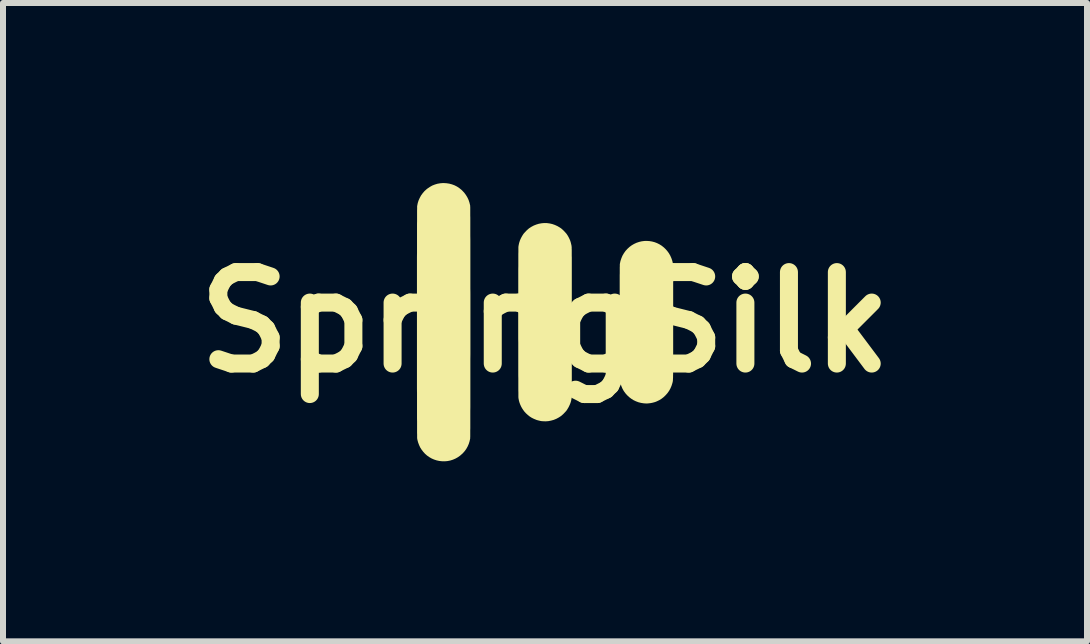
<source format=kicad_pcb>
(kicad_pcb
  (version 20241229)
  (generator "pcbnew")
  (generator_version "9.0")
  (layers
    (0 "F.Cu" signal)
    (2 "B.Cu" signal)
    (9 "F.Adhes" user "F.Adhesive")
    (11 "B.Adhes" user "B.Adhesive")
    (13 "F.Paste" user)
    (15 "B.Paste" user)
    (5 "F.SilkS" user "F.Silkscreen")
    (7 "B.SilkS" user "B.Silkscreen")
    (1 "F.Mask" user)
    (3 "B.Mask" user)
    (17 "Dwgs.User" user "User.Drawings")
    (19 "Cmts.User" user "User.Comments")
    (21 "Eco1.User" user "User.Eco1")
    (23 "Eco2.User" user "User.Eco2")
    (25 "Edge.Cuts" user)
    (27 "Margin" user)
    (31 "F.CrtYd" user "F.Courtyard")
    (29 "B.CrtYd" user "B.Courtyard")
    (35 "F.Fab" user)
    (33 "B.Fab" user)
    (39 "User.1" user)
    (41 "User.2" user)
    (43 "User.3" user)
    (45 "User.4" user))
  (footprint "SpringSilk"
    (layer "F.Cu")
    (at 6.031 2.318)
    (property "Reference" "SpringSilk" (at 0 0 0) (layer "F.SilkS") (effects (font (size 1.524 1.524) (thickness 0.3))))
    (attr board_only exclude_from_pos_files exclude_from_bom)
    (fp_poly (pts (xy -1.641 -2.315) (xy -1.595 -2.308) (xy -1.55 -2.296) (xy -1.507 -2.28) (xy -1.466 -2.259) (xy -1.427 -2.233) (xy -1.39 -2.203) (xy -1.378 -2.191) (xy -1.346 -2.157) (xy -1.318 -2.119) (xy -1.294 -2.079) (xy -1.274 -2.037) (xy -1.259 -1.992) (xy -1.248 -1.946) (xy -1.247 -1.938) (xy -1.247 -1.934) (xy -1.247 -1.925) (xy -1.246 -1.911) (xy -1.246 -1.893) (xy -1.246 -1.871) (xy -1.246 -1.844) (xy -1.246 -1.814) (xy -1.246 -1.779) (xy -1.245 -1.74) (xy -1.245 -1.698) (xy -1.245 -1.652) (xy -1.245 -1.603) (xy -1.245 -1.551) (xy -1.245 -1.496) (xy -1.245 -1.437) (xy -1.244 -1.376) (xy -1.244 -1.313) (xy -1.244 -1.246) (xy -1.244 -1.178) (xy -1.244 -1.107) (xy -1.244 -1.035) (xy -1.244 -0.96) (xy -1.244 -0.884) (xy -1.244 -0.806) (xy -1.244 -0.726) (xy -1.244 -0.646) (xy -1.244 -0.564) (xy -1.243 -0.481) (xy -1.243 -0.398) (xy -1.243 -0.313) (xy -1.243 -0.229) (xy -1.243 -0.143) (xy -1.243 -0.058) (xy -1.243 0.028) (xy -1.243 0.113) (xy -1.243 0.199) (xy -1.243 0.284) (xy -1.243 0.368) (xy -1.243 0.452) (xy -1.243 0.535) (xy -1.244 0.617) (xy -1.244 0.698) (xy -1.244 0.778) (xy -1.244 0.857) (xy -1.244 0.933) (xy -1.244 1.009) (xy -1.244 1.082) (xy -1.244 1.153) (xy -1.244 1.223) (xy -1.244 1.29) (xy -1.244 1.354) (xy -1.244 1.416) (xy -1.245 1.476) (xy -1.245 1.532) (xy -1.245 1.585) (xy -1.245 1.636) (xy -1.245 1.683) (xy -1.245 1.726) (xy -1.245 1.766) (xy -1.246 1.802) (xy -1.246 1.834) (xy -1.246 1.862) (xy -1.246 1.886) (xy -1.246 1.906) (xy -1.247 1.921) (xy -1.247 1.931) (xy -1.247 1.937) (xy -1.247 1.938) (xy -1.257 1.984) (xy -1.271 2.029) (xy -1.29 2.072) (xy -1.313 2.113) (xy -1.34 2.15) (xy -1.372 2.186) (xy -1.378 2.191) (xy -1.414 2.223) (xy -1.452 2.25) (xy -1.493 2.273) (xy -1.535 2.291) (xy -1.579 2.305) (xy -1.625 2.314) (xy -1.672 2.318) (xy -1.718 2.317) (xy -1.763 2.312) (xy -1.808 2.302) (xy -1.85 2.288) (xy -1.891 2.27) (xy -1.929 2.248) (xy -1.966 2.222) (xy -1.999 2.193) (xy -2.029 2.16) (xy -2.056 2.125) (xy -2.08 2.087) (xy -2.099 2.046) (xy -2.115 2.003) (xy -2.127 1.958) (xy -2.13 1.938) (xy -2.131 1.934) (xy -2.131 1.925) (xy -2.131 1.911) (xy -2.131 1.893) (xy -2.131 1.871) (xy -2.132 1.844) (xy -2.132 1.814) (xy -2.132 1.779) (xy -2.132 1.74) (xy -2.132 1.698) (xy -2.132 1.652) (xy -2.133 1.603) (xy -2.133 1.551) (xy -2.133 1.496) (xy -2.133 1.437) (xy -2.133 1.376) (xy -2.133 1.313) (xy -2.133 1.247) (xy -2.133 1.178) (xy -2.134 1.107) (xy -2.134 1.035) (xy -2.134 0.96) (xy -2.134 0.884) (xy -2.134 0.806) (xy -2.134 0.727) (xy -2.134 0.646) (xy -2.134 0.564) (xy -2.134 0.481) (xy -2.134 0.398) (xy -2.134 0.313) (xy -2.134 0.229) (xy -2.134 0.143) (xy -2.134 0.058) (xy -2.134 -0.028) (xy -2.134 -0.113) (xy -2.134 -0.199) (xy -2.134 -0.284) (xy -2.134 -0.368) (xy -2.134 -0.452) (xy -2.134 -0.535) (xy -2.134 -0.617) (xy -2.134 -0.698) (xy -2.134 -0.778) (xy -2.134 -0.856) (xy -2.134 -0.933) (xy -2.134 -1.009) (xy -2.134 -1.082) (xy -2.133 -1.153) (xy -2.133 -1.223) (xy -2.133 -1.29) (xy -2.133 -1.354) (xy -2.133 -1.416) (xy -2.133 -1.475) (xy -2.133 -1.532) (xy -2.133 -1.585) (xy -2.133 -1.636) (xy -2.132 -1.682) (xy -2.132 -1.726) (xy -2.132 -1.766) (xy -2.132 -1.802) (xy -2.132 -1.834) (xy -2.132 -1.862) (xy -2.131 -1.886) (xy -2.131 -1.906) (xy -2.131 -1.921) (xy -2.131 -1.931) (xy -2.131 -1.937) (xy -2.13 -1.938) (xy -2.121 -1.984) (xy -2.107 -2.028) (xy -2.088 -2.07) (xy -2.066 -2.111) (xy -2.039 -2.148) (xy -2.009 -2.183) (xy -1.975 -2.214) (xy -1.96 -2.226) (xy -1.92 -2.253) (xy -1.88 -2.276) (xy -1.837 -2.293) (xy -1.794 -2.306) (xy -1.749 -2.314) (xy -1.702 -2.318) (xy -1.689 -2.318)) (stroke (width 0) (type solid)) (fill yes) (layer "F.SilkS"))
    (fp_poly (pts (xy 1.74 -1.351) (xy 1.783 -1.344) (xy 1.825 -1.333) (xy 1.867 -1.317) (xy 1.907 -1.297) (xy 1.945 -1.273) (xy 1.981 -1.244) (xy 2.003 -1.223) (xy 2.035 -1.188) (xy 2.063 -1.15) (xy 2.086 -1.11) (xy 2.105 -1.067) (xy 2.12 -1.023) (xy 2.121 -1.018) (xy 2.122 -1.013) (xy 2.124 -1.009) (xy 2.125 -1.005) (xy 2.126 -1.001) (xy 2.126 -0.997) (xy 2.127 -0.993) (xy 2.128 -0.988) (xy 2.129 -0.983) (xy 2.13 -0.978) (xy 2.13 -0.971) (xy 2.131 -0.963) (xy 2.131 -0.955) (xy 2.132 -0.945) (xy 2.132 -0.933) (xy 2.133 -0.92) (xy 2.133 -0.905) (xy 2.133 -0.888) (xy 2.134 -0.869) (xy 2.134 -0.848) (xy 2.134 -0.824) (xy 2.134 -0.798) (xy 2.134 -0.77) (xy 2.135 -0.738) (xy 2.135 -0.703) (xy 2.135 -0.666) (xy 2.135 -0.624) (xy 2.135 -0.58) (xy 2.135 -0.532) (xy 2.135 -0.48) (xy 2.135 -0.424) (xy 2.135 -0.364) (xy 2.135 -0.3) (xy 2.135 -0.231) (xy 2.135 -0.158) (xy 2.135 -0.08) (xy 2.135 0) (xy 2.135 0.083) (xy 2.135 0.16) (xy 2.135 0.233) (xy 2.135 0.302) (xy 2.135 0.366) (xy 2.135 0.426) (xy 2.135 0.481) (xy 2.135 0.533) (xy 2.135 0.581) (xy 2.135 0.626) (xy 2.135 0.667) (xy 2.135 0.704) (xy 2.135 0.739) (xy 2.134 0.771) (xy 2.134 0.799) (xy 2.134 0.825) (xy 2.134 0.849) (xy 2.134 0.87) (xy 2.133 0.889) (xy 2.133 0.905) (xy 2.133 0.92) (xy 2.132 0.933) (xy 2.132 0.945) (xy 2.131 0.955) (xy 2.131 0.964) (xy 2.13 0.971) (xy 2.13 0.978) (xy 2.129 0.984) (xy 2.128 0.989) (xy 2.127 0.993) (xy 2.126 0.997) (xy 2.126 1.001) (xy 2.125 1.005) (xy 2.123 1.009) (xy 2.122 1.013) (xy 2.121 1.018) (xy 2.107 1.062) (xy 2.089 1.104) (xy 2.067 1.144) (xy 2.04 1.182) (xy 2.01 1.216) (xy 1.977 1.248) (xy 1.941 1.276) (xy 1.902 1.3) (xy 1.86 1.32) (xy 1.835 1.33) (xy 1.81 1.337) (xy 1.783 1.344) (xy 1.755 1.349) (xy 1.728 1.352) (xy 1.728 1.352) (xy 1.709 1.354) (xy 1.692 1.355) (xy 1.676 1.354) (xy 1.659 1.353) (xy 1.645 1.352) (xy 1.6 1.345) (xy 1.556 1.334) (xy 1.514 1.318) (xy 1.474 1.299) (xy 1.436 1.275) (xy 1.401 1.248) (xy 1.368 1.217) (xy 1.338 1.183) (xy 1.312 1.147) (xy 1.29 1.108) (xy 1.272 1.066) (xy 1.258 1.023) (xy 1.255 1.014) (xy 1.254 1.01) (xy 1.253 1.006) (xy 1.253 1.002) (xy 1.252 0.999) (xy 1.251 0.995) (xy 1.25 0.991) (xy 1.25 0.987) (xy 1.249 0.982) (xy 1.248 0.976) (xy 1.248 0.97) (xy 1.247 0.962) (xy 1.247 0.953) (xy 1.246 0.943) (xy 1.246 0.931) (xy 1.246 0.917) (xy 1.245 0.902) (xy 1.245 0.885) (xy 1.245 0.865) (xy 1.245 0.844) (xy 1.245 0.819) (xy 1.244 0.793) (xy 1.244 0.763) (xy 1.244 0.731) (xy 1.244 0.695) (xy 1.244 0.657) (xy 1.244 0.615) (xy 1.244 0.569) (xy 1.244 0.52) (xy 1.244 0.467) (xy 1.244 0.41) (xy 1.244 0.349) (xy 1.244 0.284) (xy 1.244 0.214) (xy 1.244 0.14) (xy 1.244 0.06) (xy 1.244 0) (xy 1.244 -0.084) (xy 1.244 -0.163) (xy 1.244 -0.238) (xy 1.244 -0.308) (xy 1.244 -0.373) (xy 1.244 -0.435) (xy 1.244 -0.492) (xy 1.244 -0.545) (xy 1.244 -0.594) (xy 1.244 -0.639) (xy 1.244 -0.681) (xy 1.244 -0.719) (xy 1.244 -0.754) (xy 1.244 -0.786) (xy 1.245 -0.815) (xy 1.245 -0.841) (xy 1.245 -0.864) (xy 1.245 -0.884) (xy 1.245 -0.902) (xy 1.245 -0.917) (xy 1.246 -0.931) (xy 1.246 -0.942) (xy 1.246 -0.951) (xy 1.246 -0.959) (xy 1.246 -0.965) (xy 1.247 -0.969) (xy 1.247 -0.972) (xy 1.247 -0.973) (xy 1.257 -1.02) (xy 1.272 -1.065) (xy 1.29 -1.108) (xy 1.314 -1.149) (xy 1.341 -1.187) (xy 1.373 -1.222) (xy 1.374 -1.223) (xy 1.409 -1.255) (xy 1.446 -1.282) (xy 1.484 -1.304) (xy 1.525 -1.323) (xy 1.567 -1.337) (xy 1.609 -1.347) (xy 1.653 -1.353) (xy 1.696 -1.354)) (stroke (width 0) (type solid)) (fill yes) (layer "F.SilkS"))
    (fp_poly (pts (xy 0.032 -1.651) (xy 0.077 -1.645) (xy 0.121 -1.635) (xy 0.164 -1.62) (xy 0.206 -1.601) (xy 0.247 -1.577) (xy 0.269 -1.562) (xy 0.283 -1.55) (xy 0.299 -1.536) (xy 0.316 -1.519) (xy 0.332 -1.502) (xy 0.347 -1.485) (xy 0.36 -1.47) (xy 0.363 -1.465) (xy 0.371 -1.453) (xy 0.38 -1.439) (xy 0.389 -1.423) (xy 0.396 -1.41) (xy 0.409 -1.383) (xy 0.42 -1.357) (xy 0.428 -1.331) (xy 0.435 -1.303) (xy 0.442 -1.271) (xy 0.442 -1.27) (xy 0.442 -1.268) (xy 0.442 -1.265) (xy 0.443 -1.263) (xy 0.443 -1.259) (xy 0.443 -1.255) (xy 0.444 -1.25) (xy 0.444 -1.245) (xy 0.444 -1.238) (xy 0.444 -1.23) (xy 0.444 -1.22) (xy 0.445 -1.209) (xy 0.445 -1.197) (xy 0.445 -1.183) (xy 0.445 -1.167) (xy 0.445 -1.149) (xy 0.445 -1.128) (xy 0.445 -1.106) (xy 0.446 -1.081) (xy 0.446 -1.054) (xy 0.446 -1.024) (xy 0.446 -0.991) (xy 0.446 -0.955) (xy 0.446 -0.917) (xy 0.446 -0.875) (xy 0.446 -0.83) (xy 0.446 -0.781) (xy 0.446 -0.729) (xy 0.446 -0.673) (xy 0.446 -0.613) (xy 0.446 -0.549) (xy 0.446 -0.481) (xy 0.446 -0.409) (xy 0.446 -0.333) (xy 0.446 -0.252) (xy 0.446 -0.166) (xy 0.446 -0.076) (xy 0.446 0) (xy 0.446 0.094) (xy 0.446 0.184) (xy 0.446 0.268) (xy 0.446 0.348) (xy 0.446 0.424) (xy 0.446 0.495) (xy 0.446 0.562) (xy 0.446 0.625) (xy 0.446 0.684) (xy 0.446 0.739) (xy 0.446 0.791) (xy 0.446 0.839) (xy 0.446 0.883) (xy 0.446 0.925) (xy 0.446 0.963) (xy 0.446 0.998) (xy 0.446 1.03) (xy 0.446 1.06) (xy 0.446 1.086) (xy 0.445 1.111) (xy 0.445 1.133) (xy 0.445 1.152) (xy 0.445 1.17) (xy 0.445 1.186) (xy 0.445 1.2) (xy 0.445 1.212) (xy 0.444 1.222) (xy 0.444 1.231) (xy 0.444 1.239) (xy 0.444 1.246) (xy 0.443 1.251) (xy 0.443 1.256) (xy 0.443 1.26) (xy 0.443 1.263) (xy 0.442 1.266) (xy 0.442 1.268) (xy 0.442 1.27) (xy 0.436 1.302) (xy 0.429 1.33) (xy 0.42 1.356) (xy 0.409 1.382) (xy 0.396 1.409) (xy 0.396 1.41) (xy 0.388 1.424) (xy 0.379 1.439) (xy 0.37 1.454) (xy 0.363 1.465) (xy 0.352 1.48) (xy 0.337 1.496) (xy 0.321 1.513) (xy 0.305 1.53) (xy 0.288 1.545) (xy 0.273 1.558) (xy 0.269 1.562) (xy 0.229 1.588) (xy 0.188 1.61) (xy 0.144 1.628) (xy 0.1 1.64) (xy 0.054 1.649) (xy 0.007 1.652) (xy -0.039 1.65) (xy -0.047 1.65) (xy -0.069 1.647) (xy -0.092 1.642) (xy -0.116 1.636) (xy -0.138 1.63) (xy -0.148 1.626) (xy -0.187 1.61) (xy -0.223 1.592) (xy -0.256 1.571) (xy -0.287 1.546) (xy -0.318 1.518) (xy -0.342 1.492) (xy -0.362 1.465) (xy -0.38 1.438) (xy -0.396 1.41) (xy -0.412 1.376) (xy -0.425 1.342) (xy -0.435 1.307) (xy -0.442 1.269) (xy -0.443 1.262) (xy -0.443 1.258) (xy -0.444 1.249) (xy -0.444 1.236) (xy -0.444 1.217) (xy -0.444 1.195) (xy -0.444 1.169) (xy -0.445 1.138) (xy -0.445 1.104) (xy -0.445 1.067) (xy -0.445 1.026) (xy -0.445 0.982) (xy -0.445 0.935) (xy -0.446 0.885) (xy -0.446 0.833) (xy -0.446 0.778) (xy -0.446 0.721) (xy -0.446 0.662) (xy -0.446 0.601) (xy -0.446 0.539) (xy -0.446 0.474) (xy -0.446 0.409) (xy -0.446 0.343) (xy -0.447 0.275) (xy -0.447 0.207) (xy -0.447 0.139) (xy -0.447 0.07) (xy -0.447 0.000294) (xy -0.447 -0.069) (xy -0.447 -0.138) (xy -0.447 -0.207) (xy -0.447 -0.275) (xy -0.446 -0.342) (xy -0.446 -0.409) (xy -0.446 -0.474) (xy -0.446 -0.538) (xy -0.446 -0.601) (xy -0.446 -0.661) (xy -0.446 -0.72) (xy -0.446 -0.778) (xy -0.446 -0.832) (xy -0.446 -0.885) (xy -0.445 -0.934) (xy -0.445 -0.981) (xy -0.445 -1.026) (xy -0.445 -1.066) (xy -0.445 -1.104) (xy -0.445 -1.138) (xy -0.444 -1.168) (xy -0.444 -1.195) (xy -0.444 -1.217) (xy -0.444 -1.235) (xy -0.444 -1.249) (xy -0.443 -1.258) (xy -0.443 -1.262) (xy -0.443 -1.262) (xy -0.439 -1.285) (xy -0.434 -1.309) (xy -0.428 -1.332) (xy -0.421 -1.352) (xy -0.42 -1.357) (xy -0.412 -1.376) (xy -0.402 -1.398) (xy -0.391 -1.419) (xy -0.379 -1.44) (xy -0.367 -1.459) (xy -0.363 -1.465) (xy -0.352 -1.48) (xy -0.337 -1.496) (xy -0.321 -1.513) (xy -0.305 -1.53) (xy -0.288 -1.545) (xy -0.273 -1.558) (xy -0.269 -1.562) (xy -0.229 -1.588) (xy -0.188 -1.61) (xy -0.145 -1.627) (xy -0.102 -1.64) (xy -0.057 -1.648) (xy -0.012 -1.652)) (stroke (width 0) (type solid)) (fill yes) (layer "F.SilkS")))
  (gr_rect
    (start -3 -3)
    (end 15.061 7.636)
    (stroke (width 0.1) (type default))
    (fill no)
    (layer "Edge.Cuts")))
</source>
